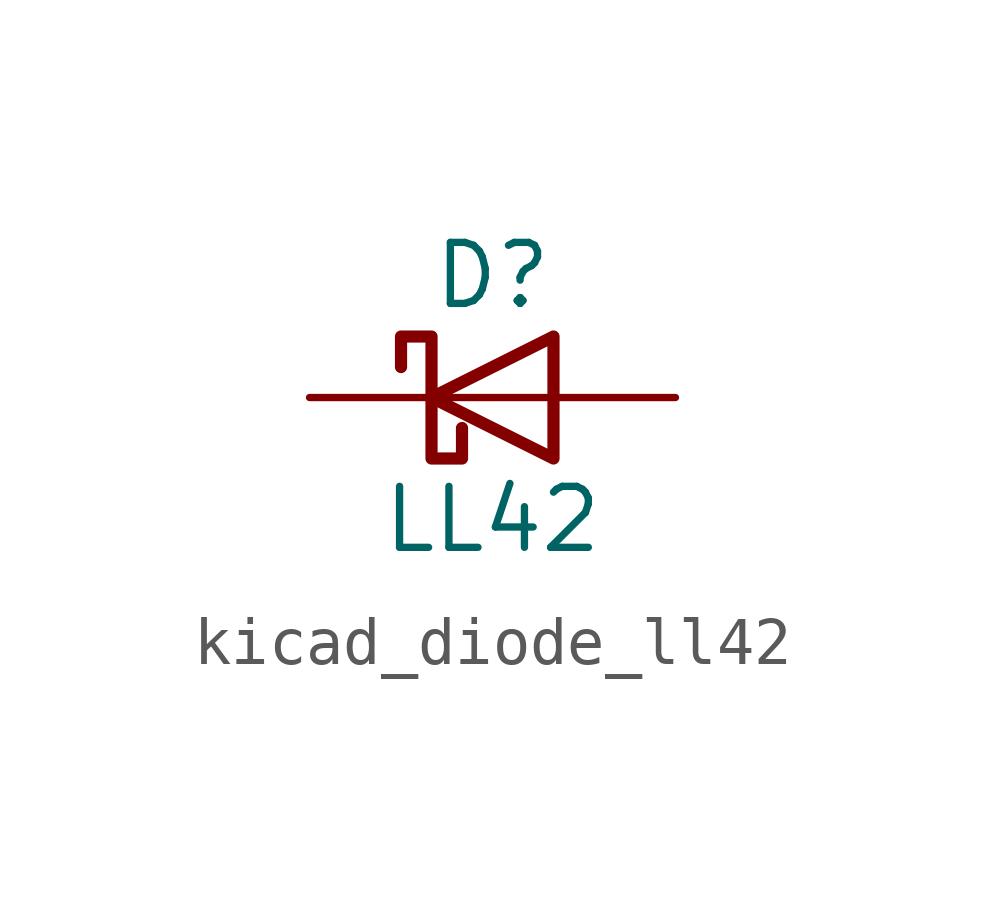
<source format=kicad_sym>
(kicad_symbol_lib
  (version 20220914)
  (generator kicad_symbol_editor)
  (symbol "kicad_diode_ll42"
    (pin_numbers hide)
    (pin_names
      (offset 1.016) hide)
    (property "Reference" "D"
      (at 0 2.54 0)
      (effects (font (size 1.27 1.27))))
    (property "Value" "LL42"
      (at 0 -2.54 0)
      (effects (font (size 1.27 1.27))))
    (symbol "kicad_diode_ll42_0_1"
      (polyline (pts (xy 1.27 0) (xy -1.27 0)) (stroke (width 0) (type default)) (fill (type none)))
      (polyline (pts (xy 1.27 1.27) (xy 1.27 -1.27) (xy -1.27 0) (xy 1.27 1.27)) (stroke (width 0.254) (type default)) (fill (type none)))
      (polyline (pts (xy -1.905 0.635) (xy -1.905 1.27) (xy -1.27 1.27) (xy -1.27 -1.27) (xy -0.635 -1.27) (xy -0.635 -0.635)) (stroke (width 0.254) (type default)) (fill (type none))))
    (symbol "kicad_diode_ll42_1_1"
      (pin passive line (at -3.81 0 0) (length 2.54) (name "K" (effects (font (size 1.27 1.27)))) (number "1" (effects (font (size 1.27 1.27)))))
      (pin passive line (at 3.81 0 180) (length 2.54) (name "A" (effects (font (size 1.27 1.27)))) (number "2" (effects (font (size 1.27 1.27))))))))
</source>
